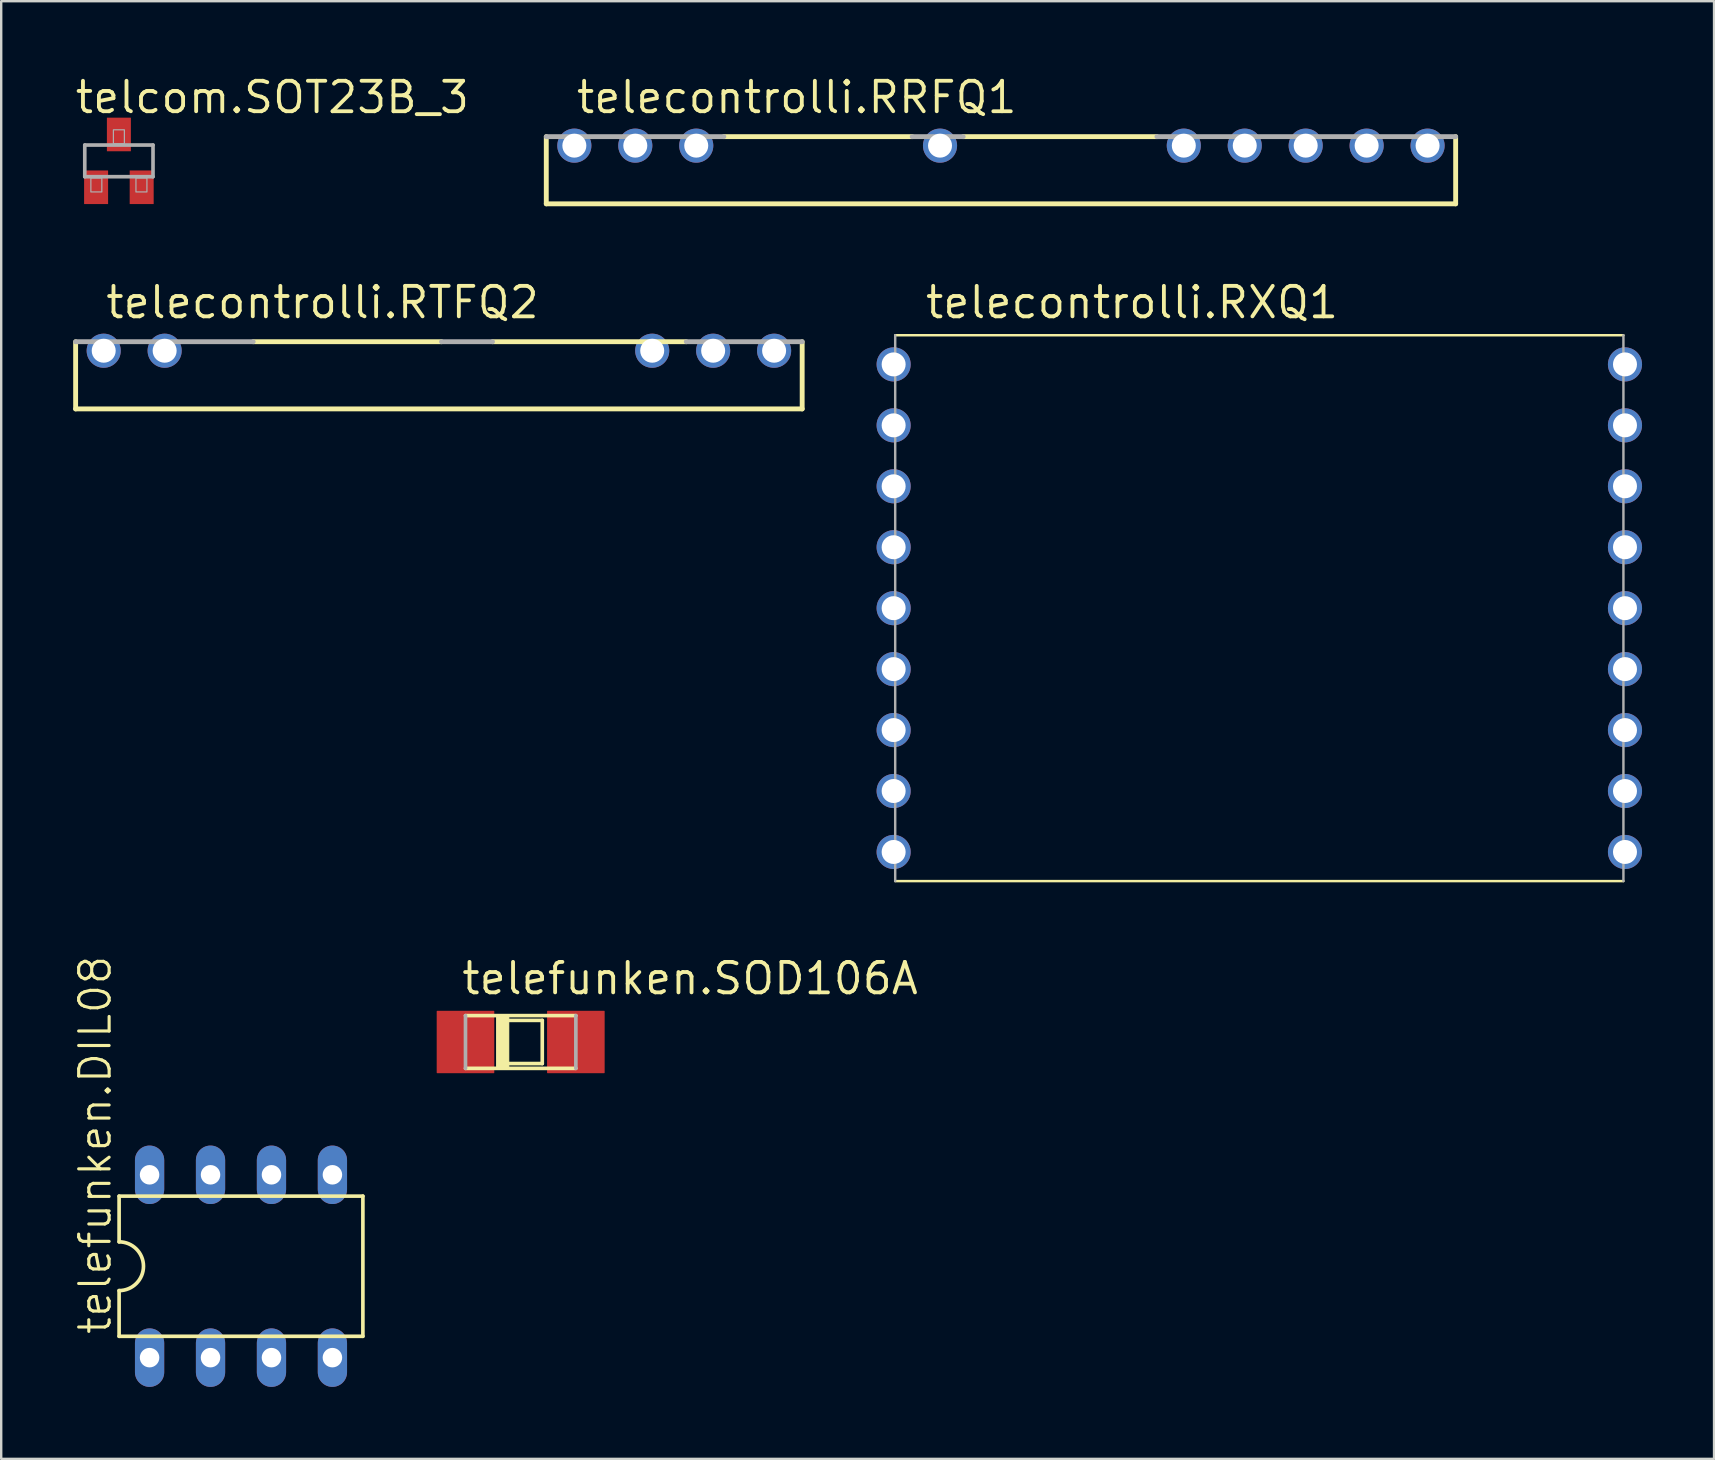
<source format=kicad_pcb>
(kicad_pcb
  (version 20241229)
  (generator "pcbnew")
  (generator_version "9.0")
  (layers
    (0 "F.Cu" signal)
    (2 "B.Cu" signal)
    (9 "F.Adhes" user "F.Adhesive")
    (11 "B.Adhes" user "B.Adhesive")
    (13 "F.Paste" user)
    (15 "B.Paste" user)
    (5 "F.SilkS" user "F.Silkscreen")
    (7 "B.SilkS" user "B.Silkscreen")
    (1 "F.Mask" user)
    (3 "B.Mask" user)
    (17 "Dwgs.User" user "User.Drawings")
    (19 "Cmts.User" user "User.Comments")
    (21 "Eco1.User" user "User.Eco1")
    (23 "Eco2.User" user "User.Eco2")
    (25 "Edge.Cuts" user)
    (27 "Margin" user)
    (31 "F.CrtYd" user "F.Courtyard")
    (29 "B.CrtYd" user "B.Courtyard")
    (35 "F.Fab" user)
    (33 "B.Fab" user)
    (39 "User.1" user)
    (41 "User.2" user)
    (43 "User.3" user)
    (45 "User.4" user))
  (footprint "telecontrolli.RTFQ2"
    (layer "F.Cu")
    (at 15.242 11.567)
    (property "Reference" "telecontrolli.RTFQ2" (at -13.97 -1.27 0) (layer "F.SilkS") (effects (font (size 1.27 1.27) (thickness 0.16)) (justify left bottom)))
    (attr through_hole)
    (fp_line (start -15.14 2.425) (end -15.14 -0.375) (stroke (width 0.203) (type default)) (layer "F.SilkS"))
    (fp_line (start -7.74 -0.375) (end 0.11 -0.375) (stroke (width 0.203) (type default)) (layer "F.SilkS"))
    (fp_line (start 2.235 -0.375) (end 10.31 -0.375) (stroke (width 0.203) (type default)) (layer "F.SilkS"))
    (fp_line (start 15.14 -0.375) (end 15.14 2.425) (stroke (width 0.203) (type default)) (layer "F.SilkS"))
    (fp_line (start 15.14 2.425) (end -15.14 2.425) (stroke (width 0.203) (type default)) (layer "F.SilkS"))
    (fp_line (start -15.14 -0.375) (end -7.74 -0.375) (stroke (width 0.203) (type default)) (layer "F.Fab"))
    (fp_line (start 0.11 -0.375) (end 2.235 -0.375) (stroke (width 0.203) (type default)) (layer "F.Fab"))
    (fp_line (start 10.31 -0.375) (end 15.14 -0.375) (stroke (width 0.203) (type default)) (layer "F.Fab"))
    (pad "1" thru_hole circle (at -13.97 0) (size 1.422 1.422) (drill 1) (layers "*.Cu" "*.Mask"))
    (pad "2" thru_hole circle (at -11.43 0) (size 1.422 1.422) (drill 1) (layers "*.Cu" "*.Mask"))
    (pad "10" thru_hole circle (at 8.89 0) (size 1.422 1.422) (drill 1) (layers "*.Cu" "*.Mask"))
    (pad "11" thru_hole circle (at 11.43 0) (size 1.422 1.422) (drill 1) (layers "*.Cu" "*.Mask"))
    (pad "12" thru_hole circle (at 13.97 0) (size 1.422 1.422) (drill 1) (layers "*.Cu" "*.Mask")))
  (footprint "telcom.SOT23B_3"
    (layer "F.Cu")
    (at 1.905 3.655)
    (property "Reference" "telcom.SOT23B_3" (at -1.905 -1.905 0) (layer "F.SilkS") (effects (font (size 1.27 1.27) (thickness 0.16)) (justify left bottom)))
    (attr smd)
    (fp_line (start -1.422 -0.66) (end 1.422 -0.66) (stroke (width 0.152) (type default)) (layer "F.Fab"))
    (fp_line (start -1.422 0.66) (end -1.422 -0.66) (stroke (width 0.152) (type default)) (layer "F.Fab"))
    (fp_line (start 1.422 -0.66) (end 1.422 0.66) (stroke (width 0.152) (type default)) (layer "F.Fab"))
    (fp_line (start 1.422 0.66) (end -1.422 0.66) (stroke (width 0.152) (type default)) (layer "F.Fab"))
    (fp_rect (start -1.168 1.295) (end -0.711 0.711) (stroke (width 0.05) (type default)) (fill no) (layer "F.Fab"))
    (fp_rect (start -0.229 -0.711) (end 0.229 -1.295) (stroke (width 0.05) (type default)) (fill no) (layer "F.Fab"))
    (fp_rect (start 0.711 1.295) (end 1.168 0.711) (stroke (width 0.05) (type default)) (fill no) (layer "F.Fab"))
    (pad "1" smd roundrect (at -0.95 1.1) (size 1 1.4) (layers "F.Cu" "F.Mask" "F.Paste") (roundrect_rratio 0.01))
    (pad "2" smd roundrect (at 0.95 1.1) (size 1 1.4) (layers "F.Cu" "F.Mask" "F.Paste") (roundrect_rratio 0.01))
    (pad "3" smd roundrect (at 0 -1.1) (size 1 1.4) (layers "F.Cu" "F.Mask" "F.Paste") (roundrect_rratio 0.01)))
  (footprint "telefunken.SOD106A"
    (layer "F.Cu")
    (at 18.65 40.377)
    (property "Reference" "telefunken.SOD106A" (at -2.54 -1.905 0) (layer "F.SilkS") (effects (font (size 1.27 1.27) (thickness 0.16)) (justify left bottom)))
    (attr smd)
    (fp_line (start -2.3 -1.1) (end 2.3 -1.1) (stroke (width 0.152) (type default)) (layer "F.SilkS"))
    (fp_line (start -2.3 1.1) (end 2.3 1.1) (stroke (width 0.152) (type default)) (layer "F.SilkS"))
    (fp_line (start -0.9 -0.9) (end 0.9 -0.9) (stroke (width 0.152) (type default)) (layer "F.SilkS"))
    (fp_line (start -0.9 0.9) (end -0.9 -0.9) (stroke (width 0.152) (type default)) (layer "F.SilkS"))
    (fp_line (start 0.9 -0.9) (end 0.9 0.9) (stroke (width 0.152) (type default)) (layer "F.SilkS"))
    (fp_line (start 0.9 0.9) (end -0.9 0.9) (stroke (width 0.152) (type default)) (layer "F.SilkS"))
    (fp_rect (start -1 1.1) (end -0.5 -1.1) (stroke (width 0.05) (type default)) (fill yes) (layer "F.SilkS"))
    (fp_line (start -2.3 1.1) (end -2.3 -1.1) (stroke (width 0.152) (type default)) (layer "F.Fab"))
    (fp_line (start 2.3 1.1) (end 2.3 -1.1) (stroke (width 0.152) (type default)) (layer "F.Fab"))
    (pad "A" smd roundrect (at 2.3 0) (size 2.4 2.6) (layers "F.Cu" "F.Mask" "F.Paste") (roundrect_rratio 0.01))
    (pad "K" smd roundrect (at -2.3 0) (size 2.4 2.6) (layers "F.Cu" "F.Mask" "F.Paste") (roundrect_rratio 0.01)))
  (footprint "telefunken.DIL08"
    (layer "F.Cu")
    (at 6.994 49.722)
    (property "Reference" "telefunken.DIL08" (at -5.334 2.921 90) (layer "F.SilkS") (effects (font (size 1.27 1.27) (thickness 0.13)) (justify left bottom)))
    (attr through_hole)
    (fp_line (start -5.08 -2.921) (end -5.08 -1.016) (stroke (width 0.152) (type default)) (layer "F.SilkS"))
    (fp_line (start -5.08 2.921) (end -5.08 1.016) (stroke (width 0.152) (type default)) (layer "F.SilkS"))
    (fp_line (start -5.08 2.921) (end 5.08 2.921) (stroke (width 0.152) (type default)) (layer "F.SilkS"))
    (fp_line (start 5.08 -2.921) (end -5.08 -2.921) (stroke (width 0.152) (type default)) (layer "F.SilkS"))
    (fp_line (start 5.08 -2.921) (end 5.08 2.921) (stroke (width 0.152) (type default)) (layer "F.SilkS"))
    (fp_arc (start -5.08 -1.016) (mid -4.064 0) (end -5.08 1.016) (stroke (width 0.1524) (type default)) (layer "F.SilkS"))
    (pad "1" thru_hole oval (at -3.81 3.81 90) (size 2.438 1.219) (drill 0.813) (layers "*.Cu" "*.Mask"))
    (pad "2" thru_hole oval (at -1.27 3.81 90) (size 2.438 1.219) (drill 0.813) (layers "*.Cu" "*.Mask"))
    (pad "3" thru_hole oval (at 1.27 3.81 90) (size 2.438 1.219) (drill 0.813) (layers "*.Cu" "*.Mask"))
    (pad "4" thru_hole oval (at 3.81 3.81 90) (size 2.438 1.219) (drill 0.813) (layers "*.Cu" "*.Mask"))
    (pad "5" thru_hole oval (at 3.81 -3.81 90) (size 2.438 1.219) (drill 0.813) (layers "*.Cu" "*.Mask"))
    (pad "6" thru_hole oval (at 1.27 -3.81 90) (size 2.438 1.219) (drill 0.813) (layers "*.Cu" "*.Mask"))
    (pad "7" thru_hole oval (at -1.27 -3.81 90) (size 2.438 1.219) (drill 0.813) (layers "*.Cu" "*.Mask"))
    (pad "8" thru_hole oval (at -3.81 -3.81 90) (size 2.438 1.219) (drill 0.813) (layers "*.Cu" "*.Mask")))
  (footprint "telecontrolli.RRFQ1"
    (layer "F.Cu")
    (at 38.667 3.02)
    (property "Reference" "telecontrolli.RRFQ1" (at -17.78 -1.27 0) (layer "F.SilkS") (effects (font (size 1.27 1.27) (thickness 0.16)) (justify left bottom)))
    (attr through_hole)
    (fp_line (start -18.95 2.425) (end -18.95 -0.375) (stroke (width 0.203) (type default)) (layer "F.SilkS"))
    (fp_line (start -11.55 -0.375) (end -3.7 -0.375) (stroke (width 0.203) (type default)) (layer "F.SilkS"))
    (fp_line (start -1.575 -0.375) (end 6.5 -0.375) (stroke (width 0.203) (type default)) (layer "F.SilkS"))
    (fp_line (start 18.95 -0.375) (end 18.95 2.425) (stroke (width 0.203) (type default)) (layer "F.SilkS"))
    (fp_line (start 18.95 2.425) (end -18.95 2.425) (stroke (width 0.203) (type default)) (layer "F.SilkS"))
    (fp_line (start -18.95 -0.375) (end -11.55 -0.375) (stroke (width 0.203) (type default)) (layer "F.Fab"))
    (fp_line (start -3.7 -0.375) (end -1.575 -0.375) (stroke (width 0.203) (type default)) (layer "F.Fab"))
    (fp_line (start 6.5 -0.375) (end 18.95 -0.375) (stroke (width 0.203) (type default)) (layer "F.Fab"))
    (pad "1" thru_hole circle (at -17.78 0) (size 1.422 1.422) (drill 1) (layers "*.Cu" "*.Mask"))
    (pad "2" thru_hole circle (at -15.24 0) (size 1.422 1.422) (drill 1) (layers "*.Cu" "*.Mask"))
    (pad "3" thru_hole circle (at -12.7 0) (size 1.422 1.422) (drill 1) (layers "*.Cu" "*.Mask"))
    (pad "7" thru_hole circle (at -2.54 0) (size 1.422 1.422) (drill 1) (layers "*.Cu" "*.Mask"))
    (pad "11" thru_hole circle (at 7.62 0) (size 1.422 1.422) (drill 1) (layers "*.Cu" "*.Mask"))
    (pad "12" thru_hole circle (at 10.16 0) (size 1.422 1.422) (drill 1) (layers "*.Cu" "*.Mask"))
    (pad "13" thru_hole circle (at 12.7 0) (size 1.422 1.422) (drill 1) (layers "*.Cu" "*.Mask"))
    (pad "14" thru_hole circle (at 15.24 0) (size 1.422 1.422) (drill 1) (layers "*.Cu" "*.Mask"))
    (pad "15" thru_hole circle (at 17.78 0) (size 1.422 1.422) (drill 1) (layers "*.Cu" "*.Mask")))
  (footprint "telecontrolli.RXQ1"
    (layer "F.Cu")
    (at 49.434 22.297)
    (property "Reference" "telecontrolli.RXQ1" (at -14 -12 0) (layer "F.SilkS") (effects (font (size 1.27 1.27) (thickness 0.16)) (justify left bottom)))
    (attr through_hole)
    (fp_line (start -15.175 -11.375) (end 15.175 -11.375) (stroke (width 0.102) (type default)) (layer "F.SilkS"))
    (fp_line (start 15.175 11.375) (end -15.175 11.375) (stroke (width 0.102) (type default)) (layer "F.SilkS"))
    (fp_line (start -15.175 -11.375) (end -15.175 11.375) (stroke (width 0.102) (type default)) (layer "F.Fab"))
    (fp_line (start 15.175 11.375) (end 15.175 -11.375) (stroke (width 0.102) (type default)) (layer "F.Fab"))
    (pad "1" thru_hole circle (at -15.24 -10.16) (size 1.422 1.422) (drill 1) (layers "*.Cu" "*.Mask"))
    (pad "2" thru_hole circle (at -15.24 -7.62) (size 1.422 1.422) (drill 1) (layers "*.Cu" "*.Mask"))
    (pad "3" thru_hole circle (at -15.24 -5.08) (size 1.422 1.422) (drill 1) (layers "*.Cu" "*.Mask"))
    (pad "4" thru_hole circle (at -15.24 -2.54) (size 1.422 1.422) (drill 1) (layers "*.Cu" "*.Mask"))
    (pad "5" thru_hole circle (at -15.24 0) (size 1.422 1.422) (drill 1) (layers "*.Cu" "*.Mask"))
    (pad "6" thru_hole circle (at -15.24 2.54) (size 1.422 1.422) (drill 1) (layers "*.Cu" "*.Mask"))
    (pad "7" thru_hole circle (at -15.24 5.08) (size 1.422 1.422) (drill 1) (layers "*.Cu" "*.Mask"))
    (pad "8" thru_hole circle (at -15.24 7.62) (size 1.422 1.422) (drill 1) (layers "*.Cu" "*.Mask"))
    (pad "9" thru_hole circle (at -15.24 10.16) (size 1.422 1.422) (drill 1) (layers "*.Cu" "*.Mask"))
    (pad "10" thru_hole circle (at 15.24 10.16) (size 1.422 1.422) (drill 1) (layers "*.Cu" "*.Mask"))
    (pad "11" thru_hole circle (at 15.24 7.62) (size 1.422 1.422) (drill 1) (layers "*.Cu" "*.Mask"))
    (pad "12" thru_hole circle (at 15.24 5.08) (size 1.422 1.422) (drill 1) (layers "*.Cu" "*.Mask"))
    (pad "13" thru_hole circle (at 15.24 2.54) (size 1.422 1.422) (drill 1) (layers "*.Cu" "*.Mask"))
    (pad "14" thru_hole circle (at 15.24 0) (size 1.422 1.422) (drill 1) (layers "*.Cu" "*.Mask"))
    (pad "15" thru_hole circle (at 15.24 -2.54) (size 1.422 1.422) (drill 1) (layers "*.Cu" "*.Mask"))
    (pad "16" thru_hole circle (at 15.24 -5.08) (size 1.422 1.422) (drill 1) (layers "*.Cu" "*.Mask"))
    (pad "17" thru_hole circle (at 15.24 -7.62) (size 1.422 1.422) (drill 1) (layers "*.Cu" "*.Mask"))
    (pad "18" thru_hole circle (at 15.24 -10.16) (size 1.422 1.422) (drill 1) (layers "*.Cu" "*.Mask")))
  (gr_rect
    (start -3 -3)
    (end 68.386 57.751)
    (stroke (width 0.1) (type default))
    (fill no)
    (layer "Edge.Cuts")))
</source>
